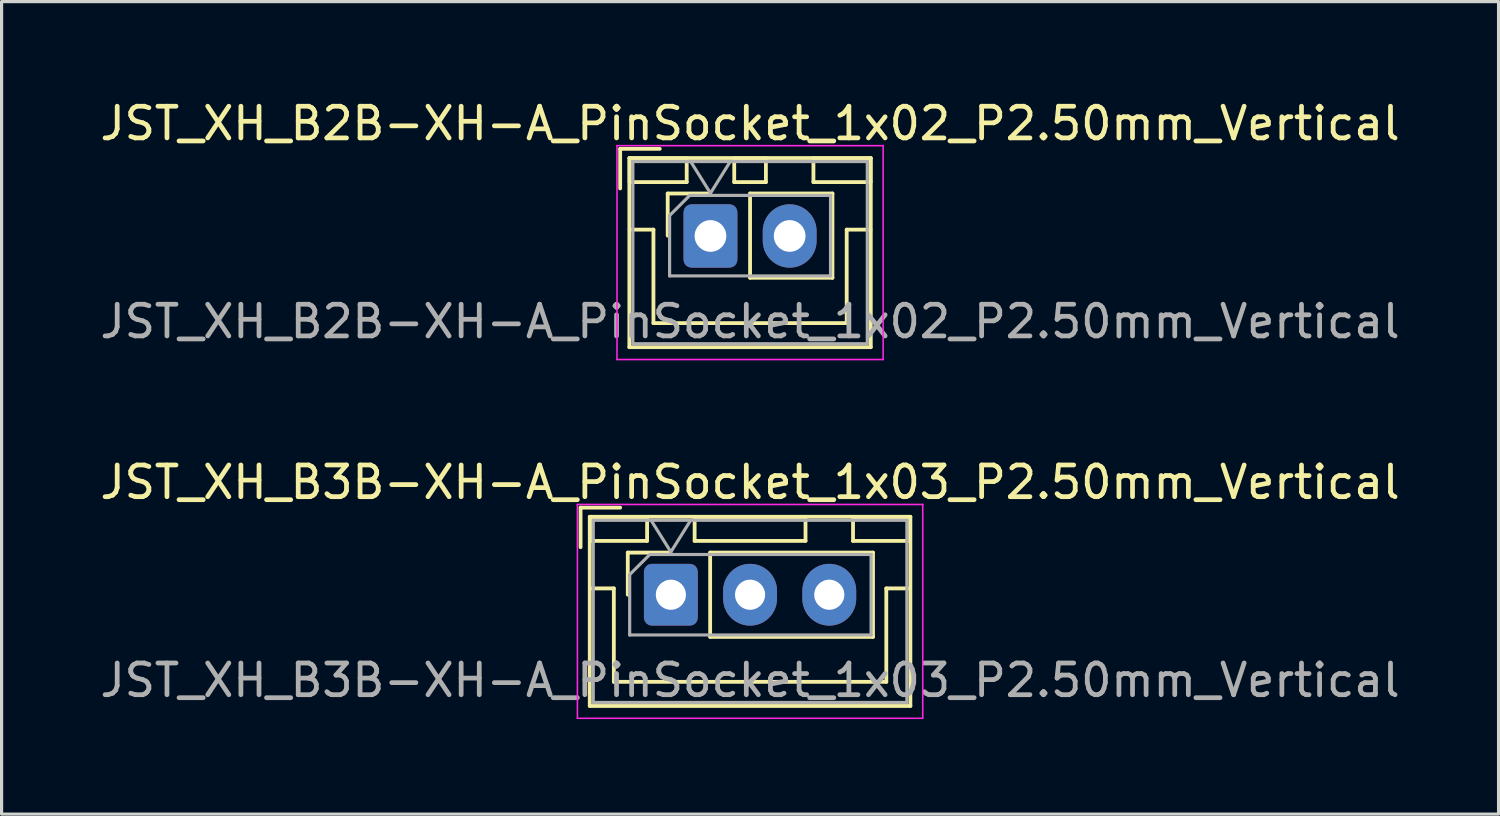
<source format=kicad_pcb>
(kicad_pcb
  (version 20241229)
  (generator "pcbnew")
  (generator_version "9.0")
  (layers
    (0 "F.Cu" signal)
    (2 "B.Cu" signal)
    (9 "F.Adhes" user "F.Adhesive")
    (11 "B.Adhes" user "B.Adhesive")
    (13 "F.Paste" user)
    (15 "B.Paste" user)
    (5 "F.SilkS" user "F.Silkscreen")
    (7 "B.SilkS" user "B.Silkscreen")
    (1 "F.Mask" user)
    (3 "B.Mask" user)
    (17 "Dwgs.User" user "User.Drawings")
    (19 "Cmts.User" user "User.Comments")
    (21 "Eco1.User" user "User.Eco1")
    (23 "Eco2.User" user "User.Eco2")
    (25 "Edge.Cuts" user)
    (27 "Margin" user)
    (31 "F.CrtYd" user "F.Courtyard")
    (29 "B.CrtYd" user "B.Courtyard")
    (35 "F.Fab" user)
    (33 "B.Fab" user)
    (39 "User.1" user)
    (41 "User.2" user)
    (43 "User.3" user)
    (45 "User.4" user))
  (footprint "JST_XH_B2B-XH-A_PinSocket_1x02_P2.50mm_Vertical"
    (layer "F.Cu")
    (at 19.375 4.398)
    (property "Reference" "JST_XH_B2B-XH-A_PinSocket_1x02_P2.50mm_Vertical" (at 1.25 -3.55 0) (layer "F.SilkS") (effects (font (size 1 1) (thickness 0.15))))
    (attr through_hole)
    (fp_line (start -2.85 -2.75) (end -2.85 -1.5) (stroke (width 0.12) (type solid)) (layer "F.SilkS"))
    (fp_line (start -2.56 -2.46) (end -2.56 3.51) (stroke (width 0.12) (type solid)) (layer "F.SilkS"))
    (fp_line (start -2.56 3.51) (end 5.06 3.51) (stroke (width 0.12) (type solid)) (layer "F.SilkS"))
    (fp_line (start -2.55 -2.45) (end -2.55 -1.7) (stroke (width 0.12) (type solid)) (layer "F.SilkS"))
    (fp_line (start -2.55 -1.7) (end -0.75 -1.7) (stroke (width 0.12) (type solid)) (layer "F.SilkS"))
    (fp_line (start -2.55 -0.2) (end -1.8 -0.2) (stroke (width 0.12) (type solid)) (layer "F.SilkS"))
    (fp_line (start -1.8 -0.2) (end -1.8 2.75) (stroke (width 0.12) (type solid)) (layer "F.SilkS"))
    (fp_line (start -1.8 2.75) (end 1.25 2.75) (stroke (width 0.12) (type solid)) (layer "F.SilkS"))
    (fp_line (start -1.6 -2.75) (end -2.85 -2.75) (stroke (width 0.12) (type solid)) (layer "F.SilkS"))
    (fp_line (start -1.35 -1.34) (end -0.02 -1.34) (stroke (width 0.12) (type solid)) (layer "F.SilkS"))
    (fp_line (start -1.35 -0.01) (end -1.35 -1.34) (stroke (width 0.12) (type solid)) (layer "F.SilkS"))
    (fp_line (start -0.75 -2.45) (end -2.55 -2.45) (stroke (width 0.12) (type solid)) (layer "F.SilkS"))
    (fp_line (start -0.75 -1.7) (end -0.75 -2.45) (stroke (width 0.12) (type solid)) (layer "F.SilkS"))
    (fp_line (start 0.75 -2.45) (end 0.75 -1.7) (stroke (width 0.12) (type solid)) (layer "F.SilkS"))
    (fp_line (start 0.75 -1.7) (end 1.75 -1.7) (stroke (width 0.12) (type solid)) (layer "F.SilkS"))
    (fp_line (start 1.25 -1.34) (end 3.85 -1.34) (stroke (width 0.12) (type solid)) (layer "F.SilkS"))
    (fp_line (start 1.25 1.32) (end 1.25 -1.34) (stroke (width 0.12) (type solid)) (layer "F.SilkS"))
    (fp_line (start 1.25 1.32) (end 3.85 1.32) (stroke (width 0.12) (type solid)) (layer "F.SilkS"))
    (fp_line (start 1.75 -2.45) (end 0.75 -2.45) (stroke (width 0.12) (type solid)) (layer "F.SilkS"))
    (fp_line (start 1.75 -1.7) (end 1.75 -2.45) (stroke (width 0.12) (type solid)) (layer "F.SilkS"))
    (fp_line (start 3.25 -2.45) (end 3.25 -1.7) (stroke (width 0.12) (type solid)) (layer "F.SilkS"))
    (fp_line (start 3.25 -1.7) (end 5.05 -1.7) (stroke (width 0.12) (type solid)) (layer "F.SilkS"))
    (fp_line (start 3.85 1.32) (end 3.85 -1.34) (stroke (width 0.12) (type solid)) (layer "F.SilkS"))
    (fp_line (start 4.3 -0.2) (end 4.3 2.75) (stroke (width 0.12) (type solid)) (layer "F.SilkS"))
    (fp_line (start 4.3 2.75) (end 1.25 2.75) (stroke (width 0.12) (type solid)) (layer "F.SilkS"))
    (fp_line (start 5.05 -2.45) (end 3.25 -2.45) (stroke (width 0.12) (type solid)) (layer "F.SilkS"))
    (fp_line (start 5.05 -1.7) (end 5.05 -2.45) (stroke (width 0.12) (type solid)) (layer "F.SilkS"))
    (fp_line (start 5.05 -0.2) (end 4.3 -0.2) (stroke (width 0.12) (type solid)) (layer "F.SilkS"))
    (fp_line (start 5.06 -2.46) (end -2.56 -2.46) (stroke (width 0.12) (type solid)) (layer "F.SilkS"))
    (fp_line (start 5.06 3.51) (end 5.06 -2.46) (stroke (width 0.12) (type solid)) (layer "F.SilkS"))
    (fp_line (start -2.95 -2.85) (end -2.95 3.9) (stroke (width 0.05) (type solid)) (layer "F.CrtYd"))
    (fp_line (start -2.95 3.9) (end 5.45 3.9) (stroke (width 0.05) (type solid)) (layer "F.CrtYd"))
    (fp_line (start 5.45 -2.85) (end -2.95 -2.85) (stroke (width 0.05) (type solid)) (layer "F.CrtYd"))
    (fp_line (start 5.45 3.9) (end 5.45 -2.85) (stroke (width 0.05) (type solid)) (layer "F.CrtYd"))
    (fp_line (start -2.45 -2.35) (end -2.45 3.4) (stroke (width 0.1) (type solid)) (layer "F.Fab"))
    (fp_line (start -2.45 3.4) (end 4.95 3.4) (stroke (width 0.1) (type solid)) (layer "F.Fab"))
    (fp_line (start -1.29 -0.645) (end -0.655 -1.28) (stroke (width 0.1) (type solid)) (layer "F.Fab"))
    (fp_line (start -1.29 1.26) (end -1.29 -0.645) (stroke (width 0.1) (type solid)) (layer "F.Fab"))
    (fp_line (start -0.655 -1.28) (end 3.79 -1.28) (stroke (width 0.1) (type solid)) (layer "F.Fab"))
    (fp_line (start -0.625 -2.35) (end 0 -1.35) (stroke (width 0.1) (type solid)) (layer "F.Fab"))
    (fp_line (start 0 -1.35) (end 0.625 -2.35) (stroke (width 0.1) (type solid)) (layer "F.Fab"))
    (fp_line (start 3.79 -1.28) (end 3.79 1.26) (stroke (width 0.1) (type solid)) (layer "F.Fab"))
    (fp_line (start 3.79 1.26) (end -1.29 1.26) (stroke (width 0.1) (type solid)) (layer "F.Fab"))
    (fp_line (start 4.95 -2.35) (end -2.45 -2.35) (stroke (width 0.1) (type solid)) (layer "F.Fab"))
    (fp_line (start 4.95 3.4) (end 4.95 -2.35) (stroke (width 0.1) (type solid)) (layer "F.Fab"))
    (fp_text user "${REFERENCE}" (at 1.25 2.7 0) (layer "F.Fab") (effects (font (size 1 1) (thickness 0.15))))
    (pad "1" thru_hole roundrect (at 0 0) (size 1.7 2) (drill 1) (layers "*.Cu" "*.Mask") (roundrect_rratio 0.147))
    (pad "2" thru_hole oval (at 2.5 0) (size 1.7 2) (drill 1) (layers "*.Cu" "*.Mask")))
  (footprint "JST_XH_B3B-XH-A_PinSocket_1x03_P2.50mm_Vertical"
    (layer "F.Cu")
    (at 18.125 15.722)
    (property "Reference" "JST_XH_B3B-XH-A_PinSocket_1x03_P2.50mm_Vertical" (at 2.5 -3.55 0) (layer "F.SilkS") (effects (font (size 1 1) (thickness 0.15))))
    (attr through_hole)
    (fp_line (start -2.85 -2.75) (end -2.85 -1.5) (stroke (width 0.12) (type solid)) (layer "F.SilkS"))
    (fp_line (start -2.56 -2.46) (end -2.56 3.51) (stroke (width 0.12) (type solid)) (layer "F.SilkS"))
    (fp_line (start -2.56 3.51) (end 7.56 3.51) (stroke (width 0.12) (type solid)) (layer "F.SilkS"))
    (fp_line (start -2.55 -2.45) (end -2.55 -1.7) (stroke (width 0.12) (type solid)) (layer "F.SilkS"))
    (fp_line (start -2.55 -1.7) (end -0.75 -1.7) (stroke (width 0.12) (type solid)) (layer "F.SilkS"))
    (fp_line (start -2.55 -0.2) (end -1.8 -0.2) (stroke (width 0.12) (type solid)) (layer "F.SilkS"))
    (fp_line (start -1.8 -0.2) (end -1.8 2.75) (stroke (width 0.12) (type solid)) (layer "F.SilkS"))
    (fp_line (start -1.8 2.75) (end 2.5 2.75) (stroke (width 0.12) (type solid)) (layer "F.SilkS"))
    (fp_line (start -1.6 -2.75) (end -2.85 -2.75) (stroke (width 0.12) (type solid)) (layer "F.SilkS"))
    (fp_line (start -1.36 -1.33) (end -0.03 -1.33) (stroke (width 0.12) (type solid)) (layer "F.SilkS"))
    (fp_line (start -1.36 0) (end -1.36 -1.33) (stroke (width 0.12) (type solid)) (layer "F.SilkS"))
    (fp_line (start -0.75 -2.45) (end -2.55 -2.45) (stroke (width 0.12) (type solid)) (layer "F.SilkS"))
    (fp_line (start -0.75 -1.7) (end -0.75 -2.45) (stroke (width 0.12) (type solid)) (layer "F.SilkS"))
    (fp_line (start 0.75 -2.45) (end 0.75 -1.7) (stroke (width 0.12) (type solid)) (layer "F.SilkS"))
    (fp_line (start 0.75 -1.7) (end 4.25 -1.7) (stroke (width 0.12) (type solid)) (layer "F.SilkS"))
    (fp_line (start 1.24 -1.33) (end 6.38 -1.33) (stroke (width 0.12) (type solid)) (layer "F.SilkS"))
    (fp_line (start 1.24 1.33) (end 1.24 -1.33) (stroke (width 0.12) (type solid)) (layer "F.SilkS"))
    (fp_line (start 1.24 1.33) (end 6.38 1.33) (stroke (width 0.12) (type solid)) (layer "F.SilkS"))
    (fp_line (start 4.25 -2.45) (end 0.75 -2.45) (stroke (width 0.12) (type solid)) (layer "F.SilkS"))
    (fp_line (start 4.25 -1.7) (end 4.25 -2.45) (stroke (width 0.12) (type solid)) (layer "F.SilkS"))
    (fp_line (start 5.75 -2.45) (end 5.75 -1.7) (stroke (width 0.12) (type solid)) (layer "F.SilkS"))
    (fp_line (start 5.75 -1.7) (end 7.55 -1.7) (stroke (width 0.12) (type solid)) (layer "F.SilkS"))
    (fp_line (start 6.38 1.33) (end 6.38 -1.33) (stroke (width 0.12) (type solid)) (layer "F.SilkS"))
    (fp_line (start 6.8 -0.2) (end 6.8 2.75) (stroke (width 0.12) (type solid)) (layer "F.SilkS"))
    (fp_line (start 6.8 2.75) (end 2.5 2.75) (stroke (width 0.12) (type solid)) (layer "F.SilkS"))
    (fp_line (start 7.55 -2.45) (end 5.75 -2.45) (stroke (width 0.12) (type solid)) (layer "F.SilkS"))
    (fp_line (start 7.55 -1.7) (end 7.55 -2.45) (stroke (width 0.12) (type solid)) (layer "F.SilkS"))
    (fp_line (start 7.55 -0.2) (end 6.8 -0.2) (stroke (width 0.12) (type solid)) (layer "F.SilkS"))
    (fp_line (start 7.56 -2.46) (end -2.56 -2.46) (stroke (width 0.12) (type solid)) (layer "F.SilkS"))
    (fp_line (start 7.56 3.51) (end 7.56 -2.46) (stroke (width 0.12) (type solid)) (layer "F.SilkS"))
    (fp_line (start -2.95 -2.85) (end -2.95 3.9) (stroke (width 0.05) (type solid)) (layer "F.CrtYd"))
    (fp_line (start -2.95 3.9) (end 7.95 3.9) (stroke (width 0.05) (type solid)) (layer "F.CrtYd"))
    (fp_line (start 7.95 -2.85) (end -2.95 -2.85) (stroke (width 0.05) (type solid)) (layer "F.CrtYd"))
    (fp_line (start 7.95 3.9) (end 7.95 -2.85) (stroke (width 0.05) (type solid)) (layer "F.CrtYd"))
    (fp_line (start -2.45 -2.35) (end -2.45 3.4) (stroke (width 0.1) (type solid)) (layer "F.Fab"))
    (fp_line (start -2.45 3.4) (end 7.45 3.4) (stroke (width 0.1) (type solid)) (layer "F.Fab"))
    (fp_line (start -1.3 -0.635) (end -0.665 -1.27) (stroke (width 0.1) (type solid)) (layer "F.Fab"))
    (fp_line (start -1.3 1.27) (end -1.3 -0.635) (stroke (width 0.1) (type solid)) (layer "F.Fab"))
    (fp_line (start -0.665 -1.27) (end 6.32 -1.27) (stroke (width 0.1) (type solid)) (layer "F.Fab"))
    (fp_line (start -0.625 -2.35) (end 0 -1.35) (stroke (width 0.1) (type solid)) (layer "F.Fab"))
    (fp_line (start 0 -1.35) (end 0.625 -2.35) (stroke (width 0.1) (type solid)) (layer "F.Fab"))
    (fp_line (start 6.32 -1.27) (end 6.32 1.27) (stroke (width 0.1) (type solid)) (layer "F.Fab"))
    (fp_line (start 6.32 1.27) (end -1.3 1.27) (stroke (width 0.1) (type solid)) (layer "F.Fab"))
    (fp_line (start 7.45 -2.35) (end -2.45 -2.35) (stroke (width 0.1) (type solid)) (layer "F.Fab"))
    (fp_line (start 7.45 3.4) (end 7.45 -2.35) (stroke (width 0.1) (type solid)) (layer "F.Fab"))
    (fp_text user "${REFERENCE}" (at 2.5 2.7 0) (layer "F.Fab") (effects (font (size 1 1) (thickness 0.15))))
    (pad "1" thru_hole roundrect (at 0 0) (size 1.7 1.95) (drill 0.95) (layers "*.Cu" "*.Mask") (roundrect_rratio 0.147))
    (pad "2" thru_hole oval (at 2.5 0) (size 1.7 1.95) (drill 0.95) (layers "*.Cu" "*.Mask"))
    (pad "3" thru_hole oval (at 5 0) (size 1.7 1.95) (drill 0.95) (layers "*.Cu" "*.Mask")))
  (gr_rect
    (start -3 -3)
    (end 44.25 22.646)
    (stroke (width 0.1) (type default))
    (fill no)
    (layer "Edge.Cuts")))
</source>
